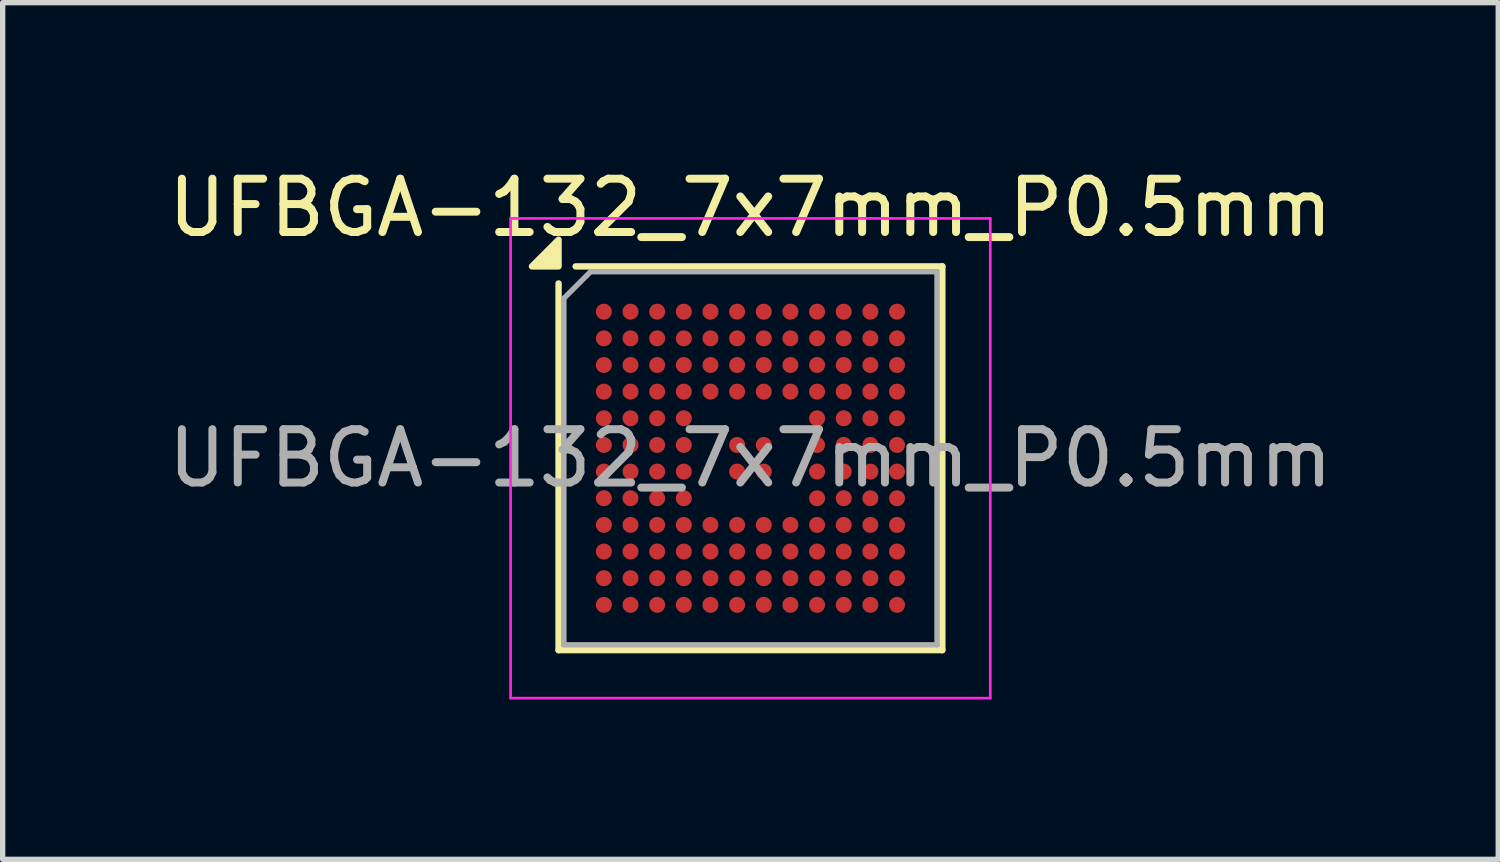
<source format=kicad_pcb>
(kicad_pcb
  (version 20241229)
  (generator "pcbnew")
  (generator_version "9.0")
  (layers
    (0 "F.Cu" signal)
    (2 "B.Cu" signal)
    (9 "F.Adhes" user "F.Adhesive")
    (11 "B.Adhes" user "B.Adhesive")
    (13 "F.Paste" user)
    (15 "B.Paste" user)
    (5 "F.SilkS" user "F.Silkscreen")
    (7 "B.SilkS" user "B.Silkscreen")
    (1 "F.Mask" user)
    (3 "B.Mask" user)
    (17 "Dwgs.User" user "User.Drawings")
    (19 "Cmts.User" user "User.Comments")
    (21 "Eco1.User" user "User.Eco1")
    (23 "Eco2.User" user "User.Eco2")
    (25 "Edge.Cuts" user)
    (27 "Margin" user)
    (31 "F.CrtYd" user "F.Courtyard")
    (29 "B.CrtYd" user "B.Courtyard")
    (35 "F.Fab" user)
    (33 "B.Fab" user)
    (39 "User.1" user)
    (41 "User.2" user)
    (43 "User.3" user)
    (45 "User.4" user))
  (footprint "UFBGA-132_7x7mm_P0.5mm"
    (layer "F.Cu")
    (at 11.03 5.548)
    (property "Reference" "UFBGA-132_7x7mm_P0.5mm" (at 0 -4.7 0) (layer "F.SilkS") (effects (font (size 1 1) (thickness 0.15))))
    (attr smd)
    (fp_line (start -3.6 3.6) (end -3.6 -3.28) (stroke (width 0.12) (type solid)) (layer "F.SilkS"))
    (fp_line (start -3.28 -3.6) (end 3.6 -3.6) (stroke (width 0.12) (type solid)) (layer "F.SilkS"))
    (fp_line (start 3.6 -3.6) (end 3.6 3.6) (stroke (width 0.12) (type solid)) (layer "F.SilkS"))
    (fp_line (start 3.6 3.6) (end -3.6 3.6) (stroke (width 0.12) (type solid)) (layer "F.SilkS"))
    (fp_poly (pts (xy -3.6 -3.6) (xy -4.1 -3.6) (xy -3.6 -4.1) (xy -3.6 -3.6)) (stroke (width 0.12) (type solid)) (fill yes) (layer "F.SilkS"))
    (fp_line (start -4.5 -4.5) (end 4.5 -4.5) (stroke (width 0.05) (type solid)) (layer "F.CrtYd"))
    (fp_line (start -4.5 4.5) (end -4.5 -4.5) (stroke (width 0.05) (type solid)) (layer "F.CrtYd"))
    (fp_line (start 4.5 -4.5) (end 4.5 4.5) (stroke (width 0.05) (type solid)) (layer "F.CrtYd"))
    (fp_line (start 4.5 4.5) (end -4.5 4.5) (stroke (width 0.05) (type solid)) (layer "F.CrtYd"))
    (fp_line (start -3.5 3.5) (end -3.5 -3) (stroke (width 0.1) (type solid)) (layer "F.Fab"))
    (fp_line (start -3 -3.5) (end -3.5 -3) (stroke (width 0.1) (type solid)) (layer "F.Fab"))
    (fp_line (start -3 -3.5) (end 3.5 -3.5) (stroke (width 0.1) (type solid)) (layer "F.Fab"))
    (fp_line (start 3.5 -3.5) (end 3.5 3.5) (stroke (width 0.1) (type solid)) (layer "F.Fab"))
    (fp_line (start 3.5 3.5) (end -3.5 3.5) (stroke (width 0.1) (type solid)) (layer "F.Fab"))
    (fp_text user "${REFERENCE}" (at 0 0 0) (layer "F.Fab") (effects (font (size 1 1) (thickness 0.15))))
    (pad "A1" smd circle (at -2.75 -2.75) (size 0.3 0.3) (property pad_prop_bga) (layers "F.Cu" "F.Mask" "F.Paste"))
    (pad "A2" smd circle (at -2.25 -2.75) (size 0.3 0.3) (property pad_prop_bga) (layers "F.Cu" "F.Mask" "F.Paste"))
    (pad "A3" smd circle (at -1.75 -2.75) (size 0.3 0.3) (property pad_prop_bga) (layers "F.Cu" "F.Mask" "F.Paste"))
    (pad "A4" smd circle (at -1.25 -2.75) (size 0.3 0.3) (property pad_prop_bga) (layers "F.Cu" "F.Mask" "F.Paste"))
    (pad "A5" smd circle (at -0.75 -2.75) (size 0.3 0.3) (property pad_prop_bga) (layers "F.Cu" "F.Mask" "F.Paste"))
    (pad "A6" smd circle (at -0.25 -2.75) (size 0.3 0.3) (property pad_prop_bga) (layers "F.Cu" "F.Mask" "F.Paste"))
    (pad "A7" smd circle (at 0.25 -2.75) (size 0.3 0.3) (property pad_prop_bga) (layers "F.Cu" "F.Mask" "F.Paste"))
    (pad "A8" smd circle (at 0.75 -2.75) (size 0.3 0.3) (property pad_prop_bga) (layers "F.Cu" "F.Mask" "F.Paste"))
    (pad "A9" smd circle (at 1.25 -2.75) (size 0.3 0.3) (property pad_prop_bga) (layers "F.Cu" "F.Mask" "F.Paste"))
    (pad "A10" smd circle (at 1.75 -2.75) (size 0.3 0.3) (property pad_prop_bga) (layers "F.Cu" "F.Mask" "F.Paste"))
    (pad "A11" smd circle (at 2.25 -2.75) (size 0.3 0.3) (property pad_prop_bga) (layers "F.Cu" "F.Mask" "F.Paste"))
    (pad "A12" smd circle (at 2.75 -2.75) (size 0.3 0.3) (property pad_prop_bga) (layers "F.Cu" "F.Mask" "F.Paste"))
    (pad "B1" smd circle (at -2.75 -2.25) (size 0.3 0.3) (property pad_prop_bga) (layers "F.Cu" "F.Mask" "F.Paste"))
    (pad "B2" smd circle (at -2.25 -2.25) (size 0.3 0.3) (property pad_prop_bga) (layers "F.Cu" "F.Mask" "F.Paste"))
    (pad "B3" smd circle (at -1.75 -2.25) (size 0.3 0.3) (property pad_prop_bga) (layers "F.Cu" "F.Mask" "F.Paste"))
    (pad "B4" smd circle (at -1.25 -2.25) (size 0.3 0.3) (property pad_prop_bga) (layers "F.Cu" "F.Mask" "F.Paste"))
    (pad "B5" smd circle (at -0.75 -2.25) (size 0.3 0.3) (property pad_prop_bga) (layers "F.Cu" "F.Mask" "F.Paste"))
    (pad "B6" smd circle (at -0.25 -2.25) (size 0.3 0.3) (property pad_prop_bga) (layers "F.Cu" "F.Mask" "F.Paste"))
    (pad "B7" smd circle (at 0.25 -2.25) (size 0.3 0.3) (property pad_prop_bga) (layers "F.Cu" "F.Mask" "F.Paste"))
    (pad "B8" smd circle (at 0.75 -2.25) (size 0.3 0.3) (property pad_prop_bga) (layers "F.Cu" "F.Mask" "F.Paste"))
    (pad "B9" smd circle (at 1.25 -2.25) (size 0.3 0.3) (property pad_prop_bga) (layers "F.Cu" "F.Mask" "F.Paste"))
    (pad "B10" smd circle (at 1.75 -2.25) (size 0.3 0.3) (property pad_prop_bga) (layers "F.Cu" "F.Mask" "F.Paste"))
    (pad "B11" smd circle (at 2.25 -2.25) (size 0.3 0.3) (property pad_prop_bga) (layers "F.Cu" "F.Mask" "F.Paste"))
    (pad "B12" smd circle (at 2.75 -2.25) (size 0.3 0.3) (property pad_prop_bga) (layers "F.Cu" "F.Mask" "F.Paste"))
    (pad "C1" smd circle (at -2.75 -1.75) (size 0.3 0.3) (property pad_prop_bga) (layers "F.Cu" "F.Mask" "F.Paste"))
    (pad "C2" smd circle (at -2.25 -1.75) (size 0.3 0.3) (property pad_prop_bga) (layers "F.Cu" "F.Mask" "F.Paste"))
    (pad "C3" smd circle (at -1.75 -1.75) (size 0.3 0.3) (property pad_prop_bga) (layers "F.Cu" "F.Mask" "F.Paste"))
    (pad "C4" smd circle (at -1.25 -1.75) (size 0.3 0.3) (property pad_prop_bga) (layers "F.Cu" "F.Mask" "F.Paste"))
    (pad "C5" smd circle (at -0.75 -1.75) (size 0.3 0.3) (property pad_prop_bga) (layers "F.Cu" "F.Mask" "F.Paste"))
    (pad "C6" smd circle (at -0.25 -1.75) (size 0.3 0.3) (property pad_prop_bga) (layers "F.Cu" "F.Mask" "F.Paste"))
    (pad "C7" smd circle (at 0.25 -1.75) (size 0.3 0.3) (property pad_prop_bga) (layers "F.Cu" "F.Mask" "F.Paste"))
    (pad "C8" smd circle (at 0.75 -1.75) (size 0.3 0.3) (property pad_prop_bga) (layers "F.Cu" "F.Mask" "F.Paste"))
    (pad "C9" smd circle (at 1.25 -1.75) (size 0.3 0.3) (property pad_prop_bga) (layers "F.Cu" "F.Mask" "F.Paste"))
    (pad "C10" smd circle (at 1.75 -1.75) (size 0.3 0.3) (property pad_prop_bga) (layers "F.Cu" "F.Mask" "F.Paste"))
    (pad "C11" smd circle (at 2.25 -1.75) (size 0.3 0.3) (property pad_prop_bga) (layers "F.Cu" "F.Mask" "F.Paste"))
    (pad "C12" smd circle (at 2.75 -1.75) (size 0.3 0.3) (property pad_prop_bga) (layers "F.Cu" "F.Mask" "F.Paste"))
    (pad "D1" smd circle (at -2.75 -1.25) (size 0.3 0.3) (property pad_prop_bga) (layers "F.Cu" "F.Mask" "F.Paste"))
    (pad "D2" smd circle (at -2.25 -1.25) (size 0.3 0.3) (property pad_prop_bga) (layers "F.Cu" "F.Mask" "F.Paste"))
    (pad "D3" smd circle (at -1.75 -1.25) (size 0.3 0.3) (property pad_prop_bga) (layers "F.Cu" "F.Mask" "F.Paste"))
    (pad "D4" smd circle (at -1.25 -1.25) (size 0.3 0.3) (property pad_prop_bga) (layers "F.Cu" "F.Mask" "F.Paste"))
    (pad "D5" smd circle (at -0.75 -1.25) (size 0.3 0.3) (property pad_prop_bga) (layers "F.Cu" "F.Mask" "F.Paste"))
    (pad "D6" smd circle (at -0.25 -1.25) (size 0.3 0.3) (property pad_prop_bga) (layers "F.Cu" "F.Mask" "F.Paste"))
    (pad "D7" smd circle (at 0.25 -1.25) (size 0.3 0.3) (property pad_prop_bga) (layers "F.Cu" "F.Mask" "F.Paste"))
    (pad "D8" smd circle (at 0.75 -1.25) (size 0.3 0.3) (property pad_prop_bga) (layers "F.Cu" "F.Mask" "F.Paste"))
    (pad "D9" smd circle (at 1.25 -1.25) (size 0.3 0.3) (property pad_prop_bga) (layers "F.Cu" "F.Mask" "F.Paste"))
    (pad "D10" smd circle (at 1.75 -1.25) (size 0.3 0.3) (property pad_prop_bga) (layers "F.Cu" "F.Mask" "F.Paste"))
    (pad "D11" smd circle (at 2.25 -1.25) (size 0.3 0.3) (property pad_prop_bga) (layers "F.Cu" "F.Mask" "F.Paste"))
    (pad "D12" smd circle (at 2.75 -1.25) (size 0.3 0.3) (property pad_prop_bga) (layers "F.Cu" "F.Mask" "F.Paste"))
    (pad "E1" smd circle (at -2.75 -0.75) (size 0.3 0.3) (property pad_prop_bga) (layers "F.Cu" "F.Mask" "F.Paste"))
    (pad "E2" smd circle (at -2.25 -0.75) (size 0.3 0.3) (property pad_prop_bga) (layers "F.Cu" "F.Mask" "F.Paste"))
    (pad "E3" smd circle (at -1.75 -0.75) (size 0.3 0.3) (property pad_prop_bga) (layers "F.Cu" "F.Mask" "F.Paste"))
    (pad "E4" smd circle (at -1.25 -0.75) (size 0.3 0.3) (property pad_prop_bga) (layers "F.Cu" "F.Mask" "F.Paste"))
    (pad "E9" smd circle (at 1.25 -0.75) (size 0.3 0.3) (property pad_prop_bga) (layers "F.Cu" "F.Mask" "F.Paste"))
    (pad "E10" smd circle (at 1.75 -0.75) (size 0.3 0.3) (property pad_prop_bga) (layers "F.Cu" "F.Mask" "F.Paste"))
    (pad "E11" smd circle (at 2.25 -0.75) (size 0.3 0.3) (property pad_prop_bga) (layers "F.Cu" "F.Mask" "F.Paste"))
    (pad "E12" smd circle (at 2.75 -0.75) (size 0.3 0.3) (property pad_prop_bga) (layers "F.Cu" "F.Mask" "F.Paste"))
    (pad "F1" smd circle (at -2.75 -0.25) (size 0.3 0.3) (property pad_prop_bga) (layers "F.Cu" "F.Mask" "F.Paste"))
    (pad "F2" smd circle (at -2.25 -0.25) (size 0.3 0.3) (property pad_prop_bga) (layers "F.Cu" "F.Mask" "F.Paste"))
    (pad "F3" smd circle (at -1.75 -0.25) (size 0.3 0.3) (property pad_prop_bga) (layers "F.Cu" "F.Mask" "F.Paste"))
    (pad "F4" smd circle (at -1.25 -0.25) (size 0.3 0.3) (property pad_prop_bga) (layers "F.Cu" "F.Mask" "F.Paste"))
    (pad "F6" smd circle (at -0.25 -0.25) (size 0.3 0.3) (property pad_prop_bga) (layers "F.Cu" "F.Mask" "F.Paste"))
    (pad "F7" smd circle (at 0.25 -0.25) (size 0.3 0.3) (property pad_prop_bga) (layers "F.Cu" "F.Mask" "F.Paste"))
    (pad "F9" smd circle (at 1.25 -0.25) (size 0.3 0.3) (property pad_prop_bga) (layers "F.Cu" "F.Mask" "F.Paste"))
    (pad "F10" smd circle (at 1.75 -0.25) (size 0.3 0.3) (property pad_prop_bga) (layers "F.Cu" "F.Mask" "F.Paste"))
    (pad "F11" smd circle (at 2.25 -0.25) (size 0.3 0.3) (property pad_prop_bga) (layers "F.Cu" "F.Mask" "F.Paste"))
    (pad "F12" smd circle (at 2.75 -0.25) (size 0.3 0.3) (property pad_prop_bga) (layers "F.Cu" "F.Mask" "F.Paste"))
    (pad "G1" smd circle (at -2.75 0.25) (size 0.3 0.3) (property pad_prop_bga) (layers "F.Cu" "F.Mask" "F.Paste"))
    (pad "G2" smd circle (at -2.25 0.25) (size 0.3 0.3) (property pad_prop_bga) (layers "F.Cu" "F.Mask" "F.Paste"))
    (pad "G3" smd circle (at -1.75 0.25) (size 0.3 0.3) (property pad_prop_bga) (layers "F.Cu" "F.Mask" "F.Paste"))
    (pad "G4" smd circle (at -1.25 0.25) (size 0.3 0.3) (property pad_prop_bga) (layers "F.Cu" "F.Mask" "F.Paste"))
    (pad "G6" smd circle (at -0.25 0.25) (size 0.3 0.3) (property pad_prop_bga) (layers "F.Cu" "F.Mask" "F.Paste"))
    (pad "G7" smd circle (at 0.25 0.25) (size 0.3 0.3) (property pad_prop_bga) (layers "F.Cu" "F.Mask" "F.Paste"))
    (pad "G9" smd circle (at 1.25 0.25) (size 0.3 0.3) (property pad_prop_bga) (layers "F.Cu" "F.Mask" "F.Paste"))
    (pad "G10" smd circle (at 1.75 0.25) (size 0.3 0.3) (property pad_prop_bga) (layers "F.Cu" "F.Mask" "F.Paste"))
    (pad "G11" smd circle (at 2.25 0.25) (size 0.3 0.3) (property pad_prop_bga) (layers "F.Cu" "F.Mask" "F.Paste"))
    (pad "G12" smd circle (at 2.75 0.25) (size 0.3 0.3) (property pad_prop_bga) (layers "F.Cu" "F.Mask" "F.Paste"))
    (pad "H1" smd circle (at -2.75 0.75) (size 0.3 0.3) (property pad_prop_bga) (layers "F.Cu" "F.Mask" "F.Paste"))
    (pad "H2" smd circle (at -2.25 0.75) (size 0.3 0.3) (property pad_prop_bga) (layers "F.Cu" "F.Mask" "F.Paste"))
    (pad "H3" smd circle (at -1.75 0.75) (size 0.3 0.3) (property pad_prop_bga) (layers "F.Cu" "F.Mask" "F.Paste"))
    (pad "H4" smd circle (at -1.25 0.75) (size 0.3 0.3) (property pad_prop_bga) (layers "F.Cu" "F.Mask" "F.Paste"))
    (pad "H9" smd circle (at 1.25 0.75) (size 0.3 0.3) (property pad_prop_bga) (layers "F.Cu" "F.Mask" "F.Paste"))
    (pad "H10" smd circle (at 1.75 0.75) (size 0.3 0.3) (property pad_prop_bga) (layers "F.Cu" "F.Mask" "F.Paste"))
    (pad "H11" smd circle (at 2.25 0.75) (size 0.3 0.3) (property pad_prop_bga) (layers "F.Cu" "F.Mask" "F.Paste"))
    (pad "H12" smd circle (at 2.75 0.75) (size 0.3 0.3) (property pad_prop_bga) (layers "F.Cu" "F.Mask" "F.Paste"))
    (pad "J1" smd circle (at -2.75 1.25) (size 0.3 0.3) (property pad_prop_bga) (layers "F.Cu" "F.Mask" "F.Paste"))
    (pad "J2" smd circle (at -2.25 1.25) (size 0.3 0.3) (property pad_prop_bga) (layers "F.Cu" "F.Mask" "F.Paste"))
    (pad "J3" smd circle (at -1.75 1.25) (size 0.3 0.3) (property pad_prop_bga) (layers "F.Cu" "F.Mask" "F.Paste"))
    (pad "J4" smd circle (at -1.25 1.25) (size 0.3 0.3) (property pad_prop_bga) (layers "F.Cu" "F.Mask" "F.Paste"))
    (pad "J5" smd circle (at -0.75 1.25) (size 0.3 0.3) (property pad_prop_bga) (layers "F.Cu" "F.Mask" "F.Paste"))
    (pad "J6" smd circle (at -0.25 1.25) (size 0.3 0.3) (property pad_prop_bga) (layers "F.Cu" "F.Mask" "F.Paste"))
    (pad "J7" smd circle (at 0.25 1.25) (size 0.3 0.3) (property pad_prop_bga) (layers "F.Cu" "F.Mask" "F.Paste"))
    (pad "J8" smd circle (at 0.75 1.25) (size 0.3 0.3) (property pad_prop_bga) (layers "F.Cu" "F.Mask" "F.Paste"))
    (pad "J9" smd circle (at 1.25 1.25) (size 0.3 0.3) (property pad_prop_bga) (layers "F.Cu" "F.Mask" "F.Paste"))
    (pad "J10" smd circle (at 1.75 1.25) (size 0.3 0.3) (property pad_prop_bga) (layers "F.Cu" "F.Mask" "F.Paste"))
    (pad "J11" smd circle (at 2.25 1.25) (size 0.3 0.3) (property pad_prop_bga) (layers "F.Cu" "F.Mask" "F.Paste"))
    (pad "J12" smd circle (at 2.75 1.25) (size 0.3 0.3) (property pad_prop_bga) (layers "F.Cu" "F.Mask" "F.Paste"))
    (pad "K1" smd circle (at -2.75 1.75) (size 0.3 0.3) (property pad_prop_bga) (layers "F.Cu" "F.Mask" "F.Paste"))
    (pad "K2" smd circle (at -2.25 1.75) (size 0.3 0.3) (property pad_prop_bga) (layers "F.Cu" "F.Mask" "F.Paste"))
    (pad "K3" smd circle (at -1.75 1.75) (size 0.3 0.3) (property pad_prop_bga) (layers "F.Cu" "F.Mask" "F.Paste"))
    (pad "K4" smd circle (at -1.25 1.75) (size 0.3 0.3) (property pad_prop_bga) (layers "F.Cu" "F.Mask" "F.Paste"))
    (pad "K5" smd circle (at -0.75 1.75) (size 0.3 0.3) (property pad_prop_bga) (layers "F.Cu" "F.Mask" "F.Paste"))
    (pad "K6" smd circle (at -0.25 1.75) (size 0.3 0.3) (property pad_prop_bga) (layers "F.Cu" "F.Mask" "F.Paste"))
    (pad "K7" smd circle (at 0.25 1.75) (size 0.3 0.3) (property pad_prop_bga) (layers "F.Cu" "F.Mask" "F.Paste"))
    (pad "K8" smd circle (at 0.75 1.75) (size 0.3 0.3) (property pad_prop_bga) (layers "F.Cu" "F.Mask" "F.Paste"))
    (pad "K9" smd circle (at 1.25 1.75) (size 0.3 0.3) (property pad_prop_bga) (layers "F.Cu" "F.Mask" "F.Paste"))
    (pad "K10" smd circle (at 1.75 1.75) (size 0.3 0.3) (property pad_prop_bga) (layers "F.Cu" "F.Mask" "F.Paste"))
    (pad "K11" smd circle (at 2.25 1.75) (size 0.3 0.3) (property pad_prop_bga) (layers "F.Cu" "F.Mask" "F.Paste"))
    (pad "K12" smd circle (at 2.75 1.75) (size 0.3 0.3) (property pad_prop_bga) (layers "F.Cu" "F.Mask" "F.Paste"))
    (pad "L1" smd circle (at -2.75 2.25) (size 0.3 0.3) (property pad_prop_bga) (layers "F.Cu" "F.Mask" "F.Paste"))
    (pad "L2" smd circle (at -2.25 2.25) (size 0.3 0.3) (property pad_prop_bga) (layers "F.Cu" "F.Mask" "F.Paste"))
    (pad "L3" smd circle (at -1.75 2.25) (size 0.3 0.3) (property pad_prop_bga) (layers "F.Cu" "F.Mask" "F.Paste"))
    (pad "L4" smd circle (at -1.25 2.25) (size 0.3 0.3) (property pad_prop_bga) (layers "F.Cu" "F.Mask" "F.Paste"))
    (pad "L5" smd circle (at -0.75 2.25) (size 0.3 0.3) (property pad_prop_bga) (layers "F.Cu" "F.Mask" "F.Paste"))
    (pad "L6" smd circle (at -0.25 2.25) (size 0.3 0.3) (property pad_prop_bga) (layers "F.Cu" "F.Mask" "F.Paste"))
    (pad "L7" smd circle (at 0.25 2.25) (size 0.3 0.3) (property pad_prop_bga) (layers "F.Cu" "F.Mask" "F.Paste"))
    (pad "L8" smd circle (at 0.75 2.25) (size 0.3 0.3) (property pad_prop_bga) (layers "F.Cu" "F.Mask" "F.Paste"))
    (pad "L9" smd circle (at 1.25 2.25) (size 0.3 0.3) (property pad_prop_bga) (layers "F.Cu" "F.Mask" "F.Paste"))
    (pad "L10" smd circle (at 1.75 2.25) (size 0.3 0.3) (property pad_prop_bga) (layers "F.Cu" "F.Mask" "F.Paste"))
    (pad "L11" smd circle (at 2.25 2.25) (size 0.3 0.3) (property pad_prop_bga) (layers "F.Cu" "F.Mask" "F.Paste"))
    (pad "L12" smd circle (at 2.75 2.25) (size 0.3 0.3) (property pad_prop_bga) (layers "F.Cu" "F.Mask" "F.Paste"))
    (pad "M1" smd circle (at -2.75 2.75) (size 0.3 0.3) (property pad_prop_bga) (layers "F.Cu" "F.Mask" "F.Paste"))
    (pad "M2" smd circle (at -2.25 2.75) (size 0.3 0.3) (property pad_prop_bga) (layers "F.Cu" "F.Mask" "F.Paste"))
    (pad "M3" smd circle (at -1.75 2.75) (size 0.3 0.3) (property pad_prop_bga) (layers "F.Cu" "F.Mask" "F.Paste"))
    (pad "M4" smd circle (at -1.25 2.75) (size 0.3 0.3) (property pad_prop_bga) (layers "F.Cu" "F.Mask" "F.Paste"))
    (pad "M5" smd circle (at -0.75 2.75) (size 0.3 0.3) (property pad_prop_bga) (layers "F.Cu" "F.Mask" "F.Paste"))
    (pad "M6" smd circle (at -0.25 2.75) (size 0.3 0.3) (property pad_prop_bga) (layers "F.Cu" "F.Mask" "F.Paste"))
    (pad "M7" smd circle (at 0.25 2.75) (size 0.3 0.3) (property pad_prop_bga) (layers "F.Cu" "F.Mask" "F.Paste"))
    (pad "M8" smd circle (at 0.75 2.75) (size 0.3 0.3) (property pad_prop_bga) (layers "F.Cu" "F.Mask" "F.Paste"))
    (pad "M9" smd circle (at 1.25 2.75) (size 0.3 0.3) (property pad_prop_bga) (layers "F.Cu" "F.Mask" "F.Paste"))
    (pad "M10" smd circle (at 1.75 2.75) (size 0.3 0.3) (property pad_prop_bga) (layers "F.Cu" "F.Mask" "F.Paste"))
    (pad "M11" smd circle (at 2.25 2.75) (size 0.3 0.3) (property pad_prop_bga) (layers "F.Cu" "F.Mask" "F.Paste"))
    (pad "M12" smd circle (at 2.75 2.75) (size 0.3 0.3) (property pad_prop_bga) (layers "F.Cu" "F.Mask" "F.Paste")))
  (gr_rect
    (start -3 -3)
    (end 25.06 13.073)
    (stroke (width 0.1) (type default))
    (fill no)
    (layer "Edge.Cuts")))
</source>
